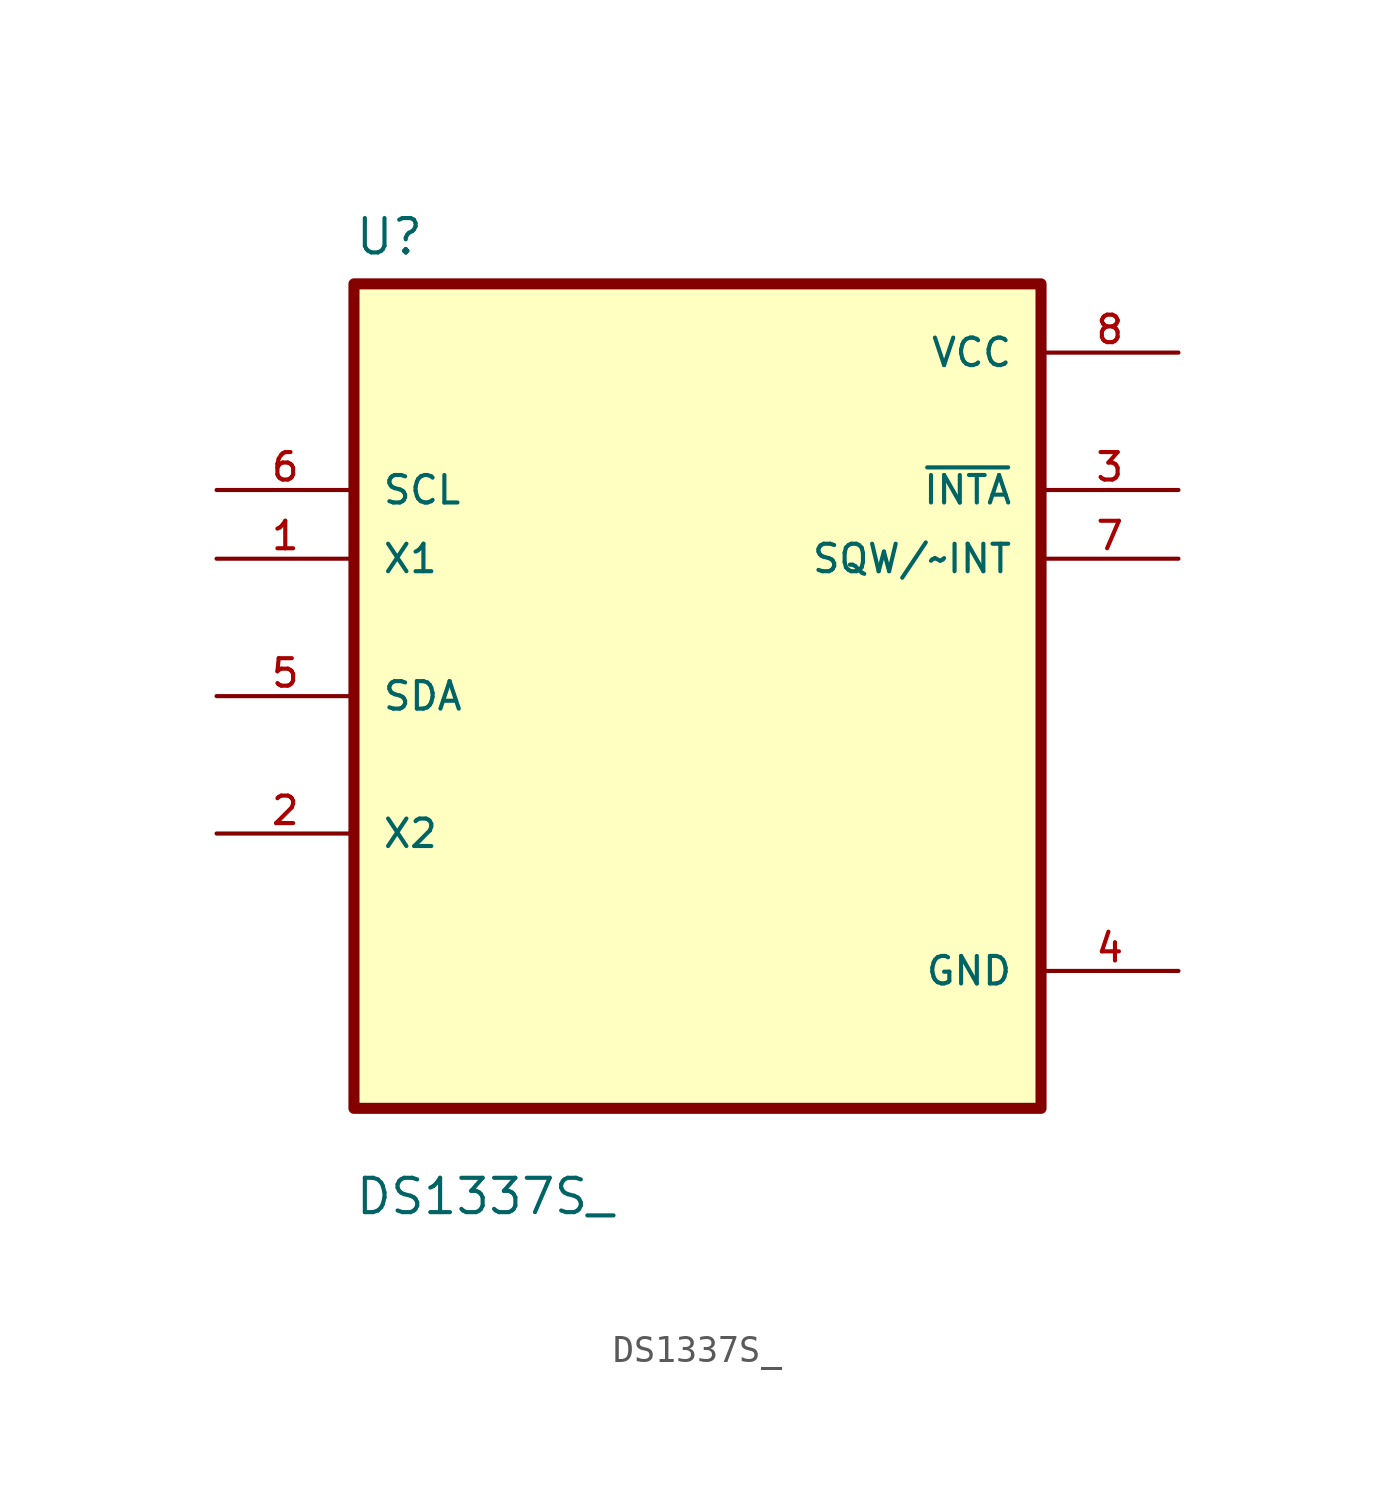
<source format=kicad_sym>
(kicad_symbol_lib
  (version 20211014)
  (generator kicad_symbol_editor)
  (symbol "DS1337S_"
    (pin_names
      (offset 1.016))
    (property "Reference" "U"
      (at -12.7 16.24 0.0)
      (effects (font (size 1.27 1.27)) (justify bottom left)))
    (property "Value" "DS1337S_"
      (at -12.7 -19.24 0.0)
      (effects (font (size 1.27 1.27)) (justify bottom left)))
    (symbol "DS1337S__0_0"
      (rectangle (start -12.7 -15.24) (end 12.7 15.24) (stroke (width 0.41)) (fill (type background)))
      (pin input line (at -17.78 7.62 0) (length 5.08) (name "SCL" (effects (font (size 1.016 1.016)))) (number "6" (effects (font (size 1.016 1.016)))))
      (pin input line (at -17.78 5.08 0) (length 5.08) (name "X1" (effects (font (size 1.016 1.016)))) (number "1" (effects (font (size 1.016 1.016)))))
      (pin bidirectional line (at -17.78 0.0 0) (length 5.08) (name "SDA" (effects (font (size 1.016 1.016)))) (number "5" (effects (font (size 1.016 1.016)))))
      (pin bidirectional line (at -17.78 -5.08 0) (length 5.08) (name "X2" (effects (font (size 1.016 1.016)))) (number "2" (effects (font (size 1.016 1.016)))))
      (pin power_in line (at 17.78 12.7 180.0) (length 5.08) (name "VCC" (effects (font (size 1.016 1.016)))) (number "8" (effects (font (size 1.016 1.016)))))
      (pin output line (at 17.78 7.62 180.0) (length 5.08) (name "~{INTA}" (effects (font (size 1.016 1.016)))) (number "3" (effects (font (size 1.016 1.016)))))
      (pin output line (at 17.78 5.08 180.0) (length 5.08) (name "SQW/~INT" (effects (font (size 1.016 1.016)))) (number "7" (effects (font (size 1.016 1.016)))))
      (pin power_in line (at 17.78 -10.16 180.0) (length 5.08) (name "GND" (effects (font (size 1.016 1.016)))) (number "4" (effects (font (size 1.016 1.016))))))))
</source>
